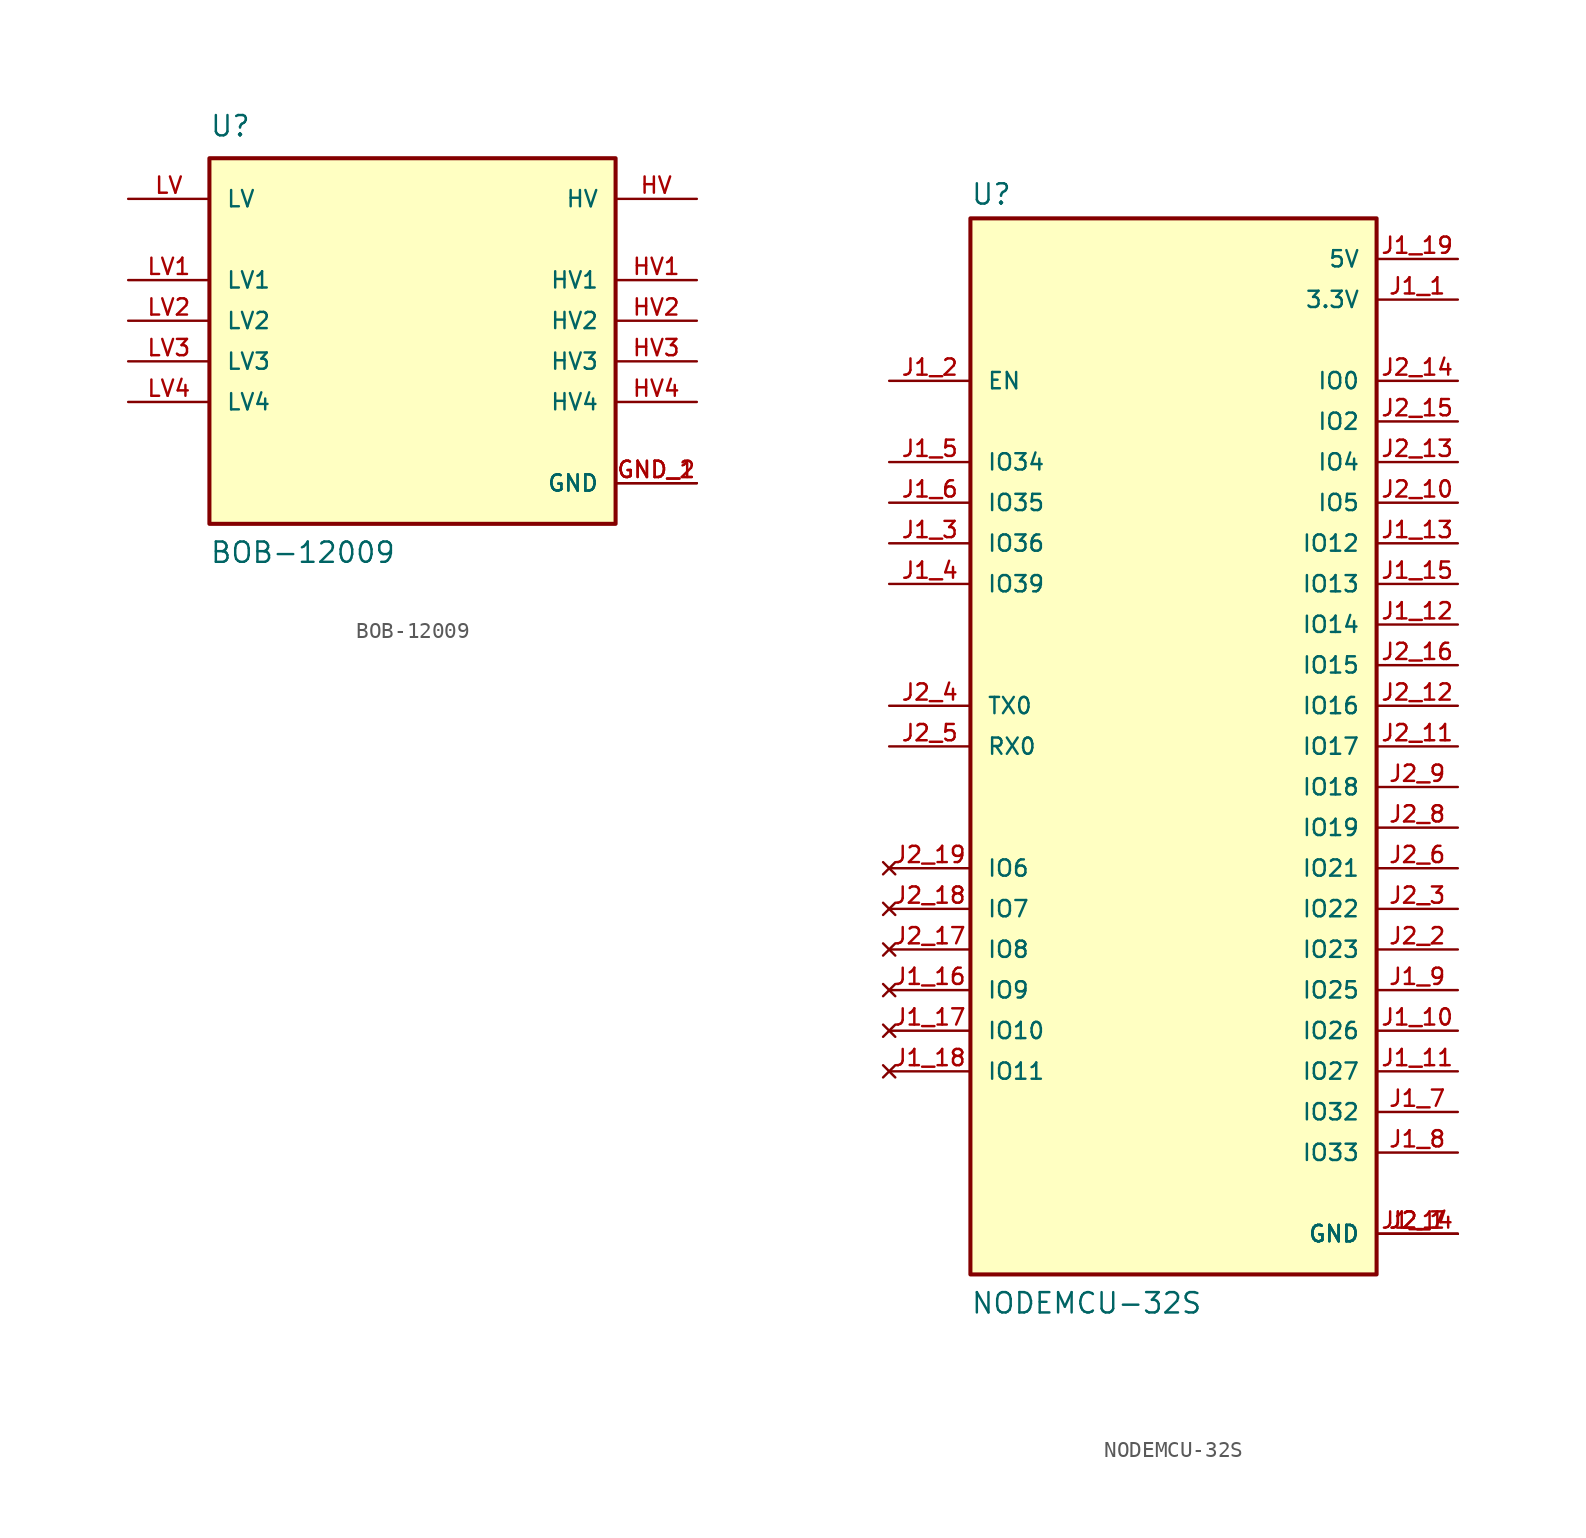
<source format=kicad_sym>
(kicad_symbol_lib
  (version 20241209)
  (generator "kicad_symbol_editor")
  (generator_version "9.0")
  (symbol "BOB-12009"
    (pin_names
      (offset 1.016))
    (property "Reference" "U"
      (at -12.7 11.43 0)
      (effects (font (size 1.27 1.27)) (justify left bottom)))
    (property "Value" "BOB-12009"
      (at -12.7 -15.24 0)
      (effects (font (size 1.27 1.27)) (justify left bottom)))
    (symbol "BOB-12009_0_0"
      (rectangle (start -12.7 -12.7) (end 12.7 10.16) (stroke (width 0.254) (type default)) (fill (type background)))
      (pin bidirectional line (at -17.78 7.62 0) (length 5.08) (name "LV" (effects (font (size 1.016 1.016)))) (number "LV" (effects (font (size 1.016 1.016)))))
      (pin bidirectional line (at -17.78 2.54 0) (length 5.08) (name "LV1" (effects (font (size 1.016 1.016)))) (number "LV1" (effects (font (size 1.016 1.016)))))
      (pin bidirectional line (at -17.78 0 0) (length 5.08) (name "LV2" (effects (font (size 1.016 1.016)))) (number "LV2" (effects (font (size 1.016 1.016)))))
      (pin bidirectional line (at -17.78 -2.54 0) (length 5.08) (name "LV3" (effects (font (size 1.016 1.016)))) (number "LV3" (effects (font (size 1.016 1.016)))))
      (pin bidirectional line (at -17.78 -5.08 0) (length 5.08) (name "LV4" (effects (font (size 1.016 1.016)))) (number "LV4" (effects (font (size 1.016 1.016)))))
      (pin bidirectional line (at 17.78 7.62 180) (length 5.08) (name "HV" (effects (font (size 1.016 1.016)))) (number "HV" (effects (font (size 1.016 1.016)))))
      (pin bidirectional line (at 17.78 2.54 180) (length 5.08) (name "HV1" (effects (font (size 1.016 1.016)))) (number "HV1" (effects (font (size 1.016 1.016)))))
      (pin bidirectional line (at 17.78 0 180) (length 5.08) (name "HV2" (effects (font (size 1.016 1.016)))) (number "HV2" (effects (font (size 1.016 1.016)))))
      (pin bidirectional line (at 17.78 -2.54 180) (length 5.08) (name "HV3" (effects (font (size 1.016 1.016)))) (number "HV3" (effects (font (size 1.016 1.016)))))
      (pin bidirectional line (at 17.78 -5.08 180) (length 5.08) (name "HV4" (effects (font (size 1.016 1.016)))) (number "HV4" (effects (font (size 1.016 1.016)))))
      (pin power_in line (at 17.78 -10.16 180) (length 5.08) (name "GND" (effects (font (size 1.016 1.016)))) (number "GND_1" (effects (font (size 1.016 1.016)))))
      (pin power_in line (at 17.78 -10.16 180) (length 5.08) (name "GND" (effects (font (size 1.016 1.016)))) (number "GND_2" (effects (font (size 1.016 1.016)))))))
  (symbol "NODEMCU-32S"
    (pin_names
      (offset 1.016))
    (property "Reference" "U"
      (at -12.7 33.782 0)
      (effects (font (size 1.27 1.27)) (justify left bottom)))
    (property "Value" "NODEMCU-32S"
      (at -12.7 -35.56 0)
      (effects (font (size 1.27 1.27)) (justify left bottom)))
    (symbol "NODEMCU-32S_0_0"
      (rectangle (start -12.7 -33.02) (end 12.7 33.02) (stroke (width 0.254) (type default)) (fill (type background)))
      (pin input line (at -17.78 22.86 0) (length 5.08) (name "EN" (effects (font (size 1.016 1.016)))) (number "J1_2" (effects (font (size 1.016 1.016)))))
      (pin input line (at -17.78 17.78 0) (length 5.08) (name "IO34" (effects (font (size 1.016 1.016)))) (number "J1_5" (effects (font (size 1.016 1.016)))))
      (pin input line (at -17.78 15.24 0) (length 5.08) (name "IO35" (effects (font (size 1.016 1.016)))) (number "J1_6" (effects (font (size 1.016 1.016)))))
      (pin input line (at -17.78 12.7 0) (length 5.08) (name "IO36" (effects (font (size 1.016 1.016)))) (number "J1_3" (effects (font (size 1.016 1.016)))))
      (pin input line (at -17.78 10.16 0) (length 5.08) (name "IO39" (effects (font (size 1.016 1.016)))) (number "J1_4" (effects (font (size 1.016 1.016)))))
      (pin bidirectional line (at -17.78 2.54 0) (length 5.08) (name "TX0" (effects (font (size 1.016 1.016)))) (number "J2_4" (effects (font (size 1.016 1.016)))))
      (pin bidirectional line (at -17.78 0 0) (length 5.08) (name "RX0" (effects (font (size 1.016 1.016)))) (number "J2_5" (effects (font (size 1.016 1.016)))))
      (pin no_connect line (at -17.78 -7.62 0) (length 5.08) (name "IO6" (effects (font (size 1.016 1.016)))) (number "J2_19" (effects (font (size 1.016 1.016)))))
      (pin no_connect line (at -17.78 -10.16 0) (length 5.08) (name "IO7" (effects (font (size 1.016 1.016)))) (number "J2_18" (effects (font (size 1.016 1.016)))))
      (pin no_connect line (at -17.78 -12.7 0) (length 5.08) (name "IO8" (effects (font (size 1.016 1.016)))) (number "J2_17" (effects (font (size 1.016 1.016)))))
      (pin no_connect line (at -17.78 -15.24 0) (length 5.08) (name "IO9" (effects (font (size 1.016 1.016)))) (number "J1_16" (effects (font (size 1.016 1.016)))))
      (pin no_connect line (at -17.78 -17.78 0) (length 5.08) (name "IO10" (effects (font (size 1.016 1.016)))) (number "J1_17" (effects (font (size 1.016 1.016)))))
      (pin no_connect line (at -17.78 -20.32 0) (length 5.08) (name "IO11" (effects (font (size 1.016 1.016)))) (number "J1_18" (effects (font (size 1.016 1.016)))))
      (pin power_in line (at 17.78 30.48 180) (length 5.08) (name "5V" (effects (font (size 1.016 1.016)))) (number "J1_19" (effects (font (size 1.016 1.016)))))
      (pin power_in line (at 17.78 27.94 180) (length 5.08) (name "3.3V" (effects (font (size 1.016 1.016)))) (number "J1_1" (effects (font (size 1.016 1.016)))))
      (pin bidirectional line (at 17.78 22.86 180) (length 5.08) (name "IO0" (effects (font (size 1.016 1.016)))) (number "J2_14" (effects (font (size 1.016 1.016)))))
      (pin bidirectional line (at 17.78 20.32 180) (length 5.08) (name "IO2" (effects (font (size 1.016 1.016)))) (number "J2_15" (effects (font (size 1.016 1.016)))))
      (pin bidirectional line (at 17.78 17.78 180) (length 5.08) (name "IO4" (effects (font (size 1.016 1.016)))) (number "J2_13" (effects (font (size 1.016 1.016)))))
      (pin bidirectional line (at 17.78 15.24 180) (length 5.08) (name "IO5" (effects (font (size 1.016 1.016)))) (number "J2_10" (effects (font (size 1.016 1.016)))))
      (pin bidirectional line (at 17.78 12.7 180) (length 5.08) (name "IO12" (effects (font (size 1.016 1.016)))) (number "J1_13" (effects (font (size 1.016 1.016)))))
      (pin bidirectional line (at 17.78 10.16 180) (length 5.08) (name "IO13" (effects (font (size 1.016 1.016)))) (number "J1_15" (effects (font (size 1.016 1.016)))))
      (pin bidirectional line (at 17.78 7.62 180) (length 5.08) (name "IO14" (effects (font (size 1.016 1.016)))) (number "J1_12" (effects (font (size 1.016 1.016)))))
      (pin bidirectional line (at 17.78 5.08 180) (length 5.08) (name "IO15" (effects (font (size 1.016 1.016)))) (number "J2_16" (effects (font (size 1.016 1.016)))))
      (pin bidirectional line (at 17.78 2.54 180) (length 5.08) (name "IO16" (effects (font (size 1.016 1.016)))) (number "J2_12" (effects (font (size 1.016 1.016)))))
      (pin bidirectional line (at 17.78 0 180) (length 5.08) (name "IO17" (effects (font (size 1.016 1.016)))) (number "J2_11" (effects (font (size 1.016 1.016)))))
      (pin bidirectional line (at 17.78 -2.54 180) (length 5.08) (name "IO18" (effects (font (size 1.016 1.016)))) (number "J2_9" (effects (font (size 1.016 1.016)))))
      (pin bidirectional line (at 17.78 -5.08 180) (length 5.08) (name "IO19" (effects (font (size 1.016 1.016)))) (number "J2_8" (effects (font (size 1.016 1.016)))))
      (pin bidirectional line (at 17.78 -7.62 180) (length 5.08) (name "IO21" (effects (font (size 1.016 1.016)))) (number "J2_6" (effects (font (size 1.016 1.016)))))
      (pin bidirectional line (at 17.78 -10.16 180) (length 5.08) (name "IO22" (effects (font (size 1.016 1.016)))) (number "J2_3" (effects (font (size 1.016 1.016)))))
      (pin bidirectional line (at 17.78 -12.7 180) (length 5.08) (name "IO23" (effects (font (size 1.016 1.016)))) (number "J2_2" (effects (font (size 1.016 1.016)))))
      (pin bidirectional line (at 17.78 -15.24 180) (length 5.08) (name "IO25" (effects (font (size 1.016 1.016)))) (number "J1_9" (effects (font (size 1.016 1.016)))))
      (pin bidirectional line (at 17.78 -17.78 180) (length 5.08) (name "IO26" (effects (font (size 1.016 1.016)))) (number "J1_10" (effects (font (size 1.016 1.016)))))
      (pin bidirectional line (at 17.78 -20.32 180) (length 5.08) (name "IO27" (effects (font (size 1.016 1.016)))) (number "J1_11" (effects (font (size 1.016 1.016)))))
      (pin bidirectional line (at 17.78 -22.86 180) (length 5.08) (name "IO32" (effects (font (size 1.016 1.016)))) (number "J1_7" (effects (font (size 1.016 1.016)))))
      (pin bidirectional line (at 17.78 -25.4 180) (length 5.08) (name "IO33" (effects (font (size 1.016 1.016)))) (number "J1_8" (effects (font (size 1.016 1.016)))))
      (pin power_in line (at 17.78 -30.48 180) (length 5.08) (name "GND" (effects (font (size 1.016 1.016)))) (number "J1_14" (effects (font (size 1.016 1.016)))))
      (pin power_in line (at 17.78 -30.48 180) (length 5.08) (name "GND" (effects (font (size 1.016 1.016)))) (number "J2_1" (effects (font (size 1.016 1.016)))))
      (pin power_in line (at 17.78 -30.48 180) (length 5.08) (name "GND" (effects (font (size 1.016 1.016)))) (number "J2_7" (effects (font (size 1.016 1.016))))))))
</source>
